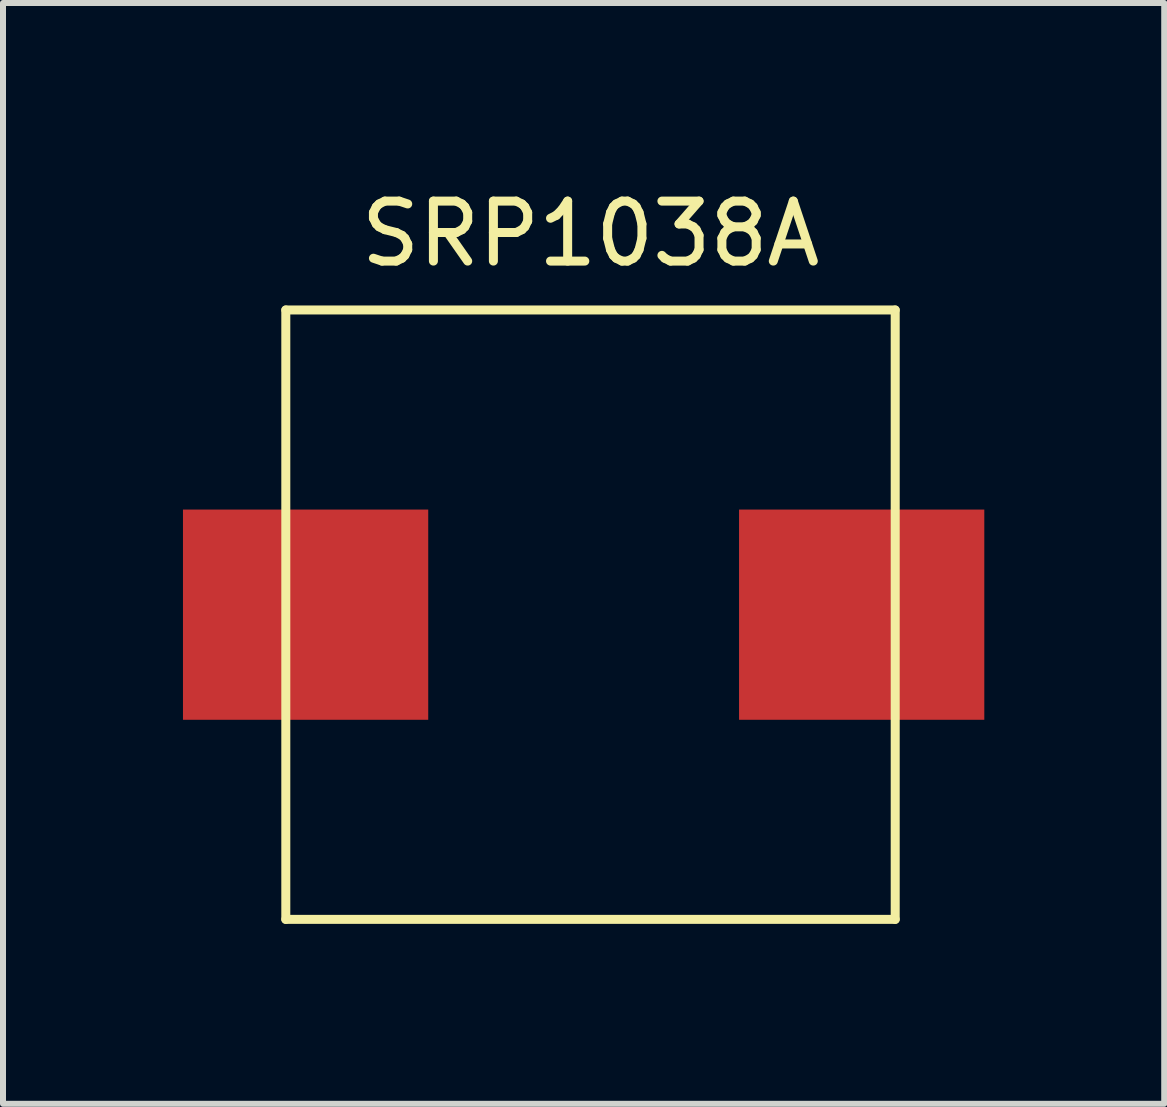
<source format=kicad_pcb>
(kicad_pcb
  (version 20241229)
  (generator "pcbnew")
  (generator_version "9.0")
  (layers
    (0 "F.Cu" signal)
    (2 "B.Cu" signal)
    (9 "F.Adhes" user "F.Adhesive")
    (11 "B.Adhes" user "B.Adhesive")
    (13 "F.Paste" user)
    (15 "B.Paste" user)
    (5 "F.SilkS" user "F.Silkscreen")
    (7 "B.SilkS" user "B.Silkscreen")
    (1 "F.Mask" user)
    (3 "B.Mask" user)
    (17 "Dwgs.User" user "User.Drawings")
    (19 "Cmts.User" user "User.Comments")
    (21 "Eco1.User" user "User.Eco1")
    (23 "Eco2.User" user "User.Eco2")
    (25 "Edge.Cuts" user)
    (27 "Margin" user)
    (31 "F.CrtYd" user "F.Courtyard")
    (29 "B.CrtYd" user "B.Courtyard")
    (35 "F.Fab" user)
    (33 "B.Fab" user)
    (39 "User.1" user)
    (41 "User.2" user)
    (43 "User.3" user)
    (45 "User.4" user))
  (footprint "SRP1038A"
    (layer "F.Cu")
    (at 6.795 7.198)
    (property "Reference" "SRP1038A" (at 0 -6.35 0) (layer "F.SilkS") (effects (font (size 1 1) (thickness 0.15))))
    (attr through_hole)
    (fp_line (start -5.08 -5.08) (end 5.08 -5.08) (stroke (width 0.15) (type solid)) (layer "F.SilkS"))
    (fp_line (start -5.08 5.08) (end -5.08 -5.08) (stroke (width 0.15) (type solid)) (layer "F.SilkS"))
    (fp_line (start 5.08 -5.08) (end 5.08 5.08) (stroke (width 0.15) (type solid)) (layer "F.SilkS"))
    (fp_line (start 5.08 5.08) (end -5.08 5.08) (stroke (width 0.15) (type solid)) (layer "F.SilkS"))
    (pad "1" smd rect (at -4.75 0) (size 4.089 3.505) (layers "F.Cu" "F.Mask" "F.Paste"))
    (pad "2" smd rect (at 4.521 0) (size 4.089 3.505) (layers "F.Cu" "F.Mask" "F.Paste")))
  (gr_rect
    (start -3 -3)
    (end 16.36 15.353)
    (stroke (width 0.1) (type default))
    (fill no)
    (layer "Edge.Cuts")))
</source>
